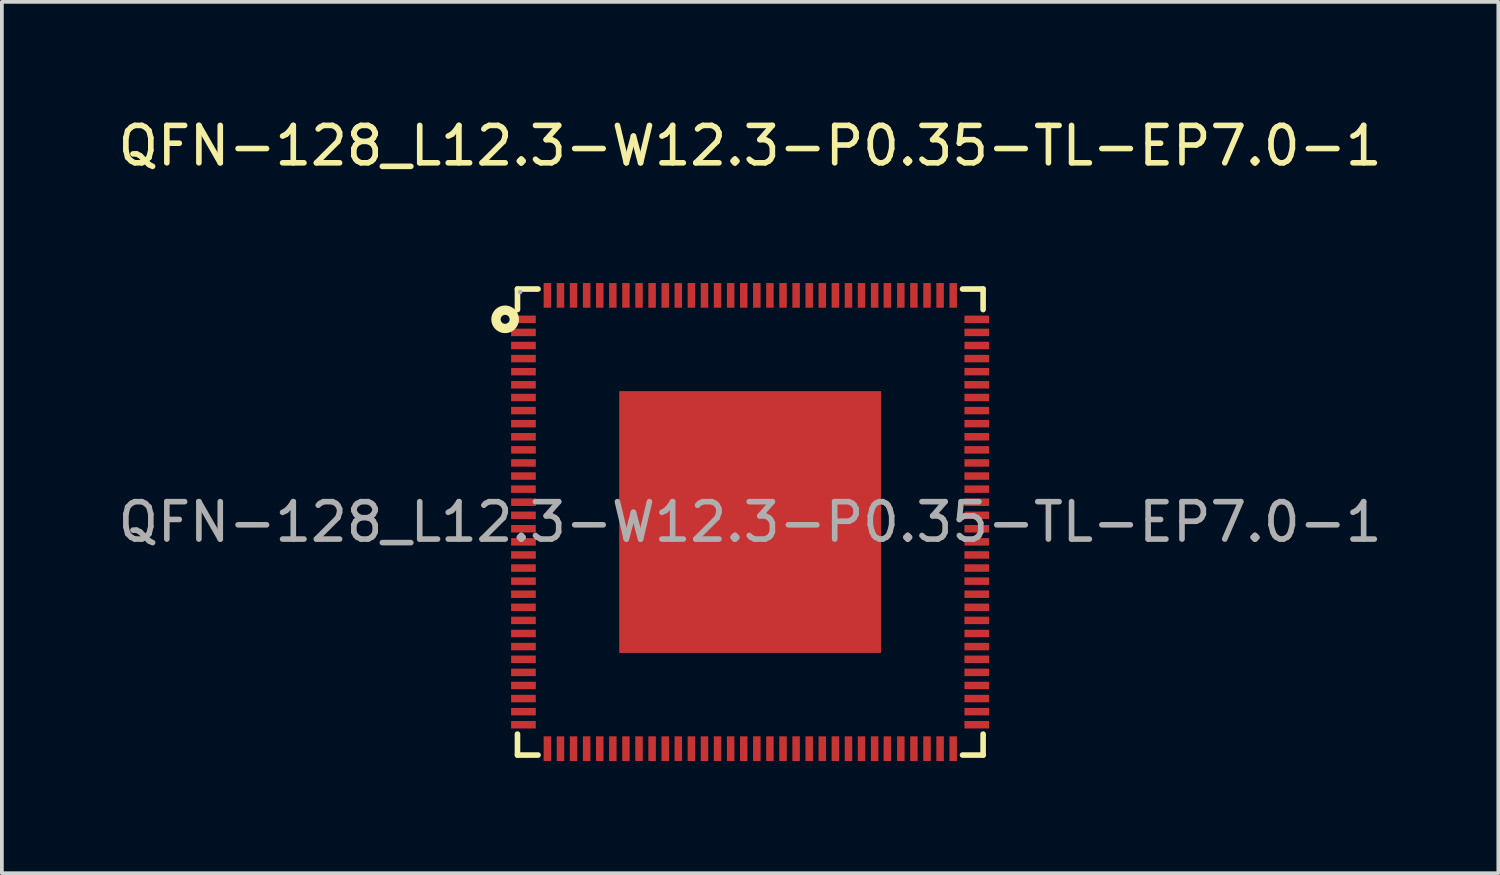
<source format=kicad_pcb>
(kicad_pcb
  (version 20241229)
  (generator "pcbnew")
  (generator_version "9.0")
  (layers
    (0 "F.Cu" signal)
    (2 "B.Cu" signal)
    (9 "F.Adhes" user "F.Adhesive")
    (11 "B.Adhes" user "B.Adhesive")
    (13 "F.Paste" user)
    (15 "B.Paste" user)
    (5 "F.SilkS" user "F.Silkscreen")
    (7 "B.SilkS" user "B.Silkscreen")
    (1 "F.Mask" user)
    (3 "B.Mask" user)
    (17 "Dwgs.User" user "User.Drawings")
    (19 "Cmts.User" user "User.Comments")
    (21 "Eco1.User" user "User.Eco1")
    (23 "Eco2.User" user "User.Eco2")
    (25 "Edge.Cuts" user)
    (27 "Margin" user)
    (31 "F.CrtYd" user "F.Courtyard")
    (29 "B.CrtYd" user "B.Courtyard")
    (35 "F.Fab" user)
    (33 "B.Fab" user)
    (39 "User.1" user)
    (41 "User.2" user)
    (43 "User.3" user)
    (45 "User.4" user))
  (footprint "QFN-128_L12.3-W12.3-P0.35-TL-EP7.0-1"
    (layer "F.Cu")
    (at 17.006 10.908)
    (property "Reference" "QFN-128_L12.3-W12.3-P0.35-TL-EP7.0-1" (at 0 -10.06 0) (layer "F.SilkS") (effects (font (size 1 1) (thickness 0.15))))
    (attr smd)
    (fp_line (start -6.22 -6.23) (end -5.67 -6.23) (stroke (width 0.15) (type solid)) (layer "F.SilkS"))
    (fp_line (start -6.22 -5.68) (end -6.22 -6.23) (stroke (width 0.15) (type solid)) (layer "F.SilkS"))
    (fp_line (start -6.22 5.67) (end -6.22 6.23) (stroke (width 0.15) (type solid)) (layer "F.SilkS"))
    (fp_line (start -6.22 6.23) (end -5.67 6.23) (stroke (width 0.15) (type solid)) (layer "F.SilkS"))
    (fp_line (start 6.23 -6.23) (end 5.68 -6.23) (stroke (width 0.15) (type solid)) (layer "F.SilkS"))
    (fp_line (start 6.23 -5.68) (end 6.23 -6.23) (stroke (width 0.15) (type solid)) (layer "F.SilkS"))
    (fp_line (start 6.23 5.67) (end 6.23 6.23) (stroke (width 0.15) (type solid)) (layer "F.SilkS"))
    (fp_line (start 6.23 6.23) (end 5.68 6.23) (stroke (width 0.15) (type solid)) (layer "F.SilkS"))
    (fp_circle (center -6.55 -5.42) (end -6.43 -5.42) (stroke (width 0.25) (type solid)) (fill no) (layer "F.SilkS"))
    (fp_circle (center -6.15 -6.15) (end -6.12 -6.15) (stroke (width 0.06) (type solid)) (fill no) (layer "F.Fab"))
    (fp_text user "${REFERENCE}" (at 0 0 0) (layer "F.Fab") (effects (font (size 1 1) (thickness 0.15))))
    (pad "1" smd rect (at -6.06 -5.42) (size 0.66 0.2) (layers "F.Cu" "F.Mask" "F.Paste"))
    (pad "2" smd rect (at -6.06 -5.07) (size 0.66 0.2) (layers "F.Cu" "F.Mask" "F.Paste"))
    (pad "3" smd rect (at -6.06 -4.72) (size 0.66 0.2) (layers "F.Cu" "F.Mask" "F.Paste"))
    (pad "4" smd rect (at -6.06 -4.37) (size 0.66 0.2) (layers "F.Cu" "F.Mask" "F.Paste"))
    (pad "5" smd rect (at -6.06 -4.02) (size 0.66 0.2) (layers "F.Cu" "F.Mask" "F.Paste"))
    (pad "6" smd rect (at -6.06 -3.67) (size 0.66 0.2) (layers "F.Cu" "F.Mask" "F.Paste"))
    (pad "7" smd rect (at -6.06 -3.33) (size 0.66 0.2) (layers "F.Cu" "F.Mask" "F.Paste"))
    (pad "8" smd rect (at -6.06 -2.98) (size 0.66 0.2) (layers "F.Cu" "F.Mask" "F.Paste"))
    (pad "9" smd rect (at -6.06 -2.63) (size 0.66 0.2) (layers "F.Cu" "F.Mask" "F.Paste"))
    (pad "10" smd rect (at -6.06 -2.28) (size 0.66 0.2) (layers "F.Cu" "F.Mask" "F.Paste"))
    (pad "11" smd rect (at -6.06 -1.93) (size 0.66 0.2) (layers "F.Cu" "F.Mask" "F.Paste"))
    (pad "12" smd rect (at -6.06 -1.58) (size 0.66 0.2) (layers "F.Cu" "F.Mask" "F.Paste"))
    (pad "13" smd rect (at -6.06 -1.23) (size 0.66 0.2) (layers "F.Cu" "F.Mask" "F.Paste"))
    (pad "14" smd rect (at -6.06 -0.88) (size 0.66 0.2) (layers "F.Cu" "F.Mask" "F.Paste"))
    (pad "15" smd rect (at -6.06 -0.53) (size 0.66 0.2) (layers "F.Cu" "F.Mask" "F.Paste"))
    (pad "16" smd rect (at -6.06 -0.18) (size 0.66 0.2) (layers "F.Cu" "F.Mask" "F.Paste"))
    (pad "17" smd rect (at -6.06 0.18) (size 0.66 0.2) (layers "F.Cu" "F.Mask" "F.Paste"))
    (pad "18" smd rect (at -6.06 0.53) (size 0.66 0.2) (layers "F.Cu" "F.Mask" "F.Paste"))
    (pad "19" smd rect (at -6.06 0.88) (size 0.66 0.2) (layers "F.Cu" "F.Mask" "F.Paste"))
    (pad "20" smd rect (at -6.06 1.23) (size 0.66 0.2) (layers "F.Cu" "F.Mask" "F.Paste"))
    (pad "21" smd rect (at -6.06 1.58) (size 0.66 0.2) (layers "F.Cu" "F.Mask" "F.Paste"))
    (pad "22" smd rect (at -6.06 1.93) (size 0.66 0.2) (layers "F.Cu" "F.Mask" "F.Paste"))
    (pad "23" smd rect (at -6.06 2.28) (size 0.66 0.2) (layers "F.Cu" "F.Mask" "F.Paste"))
    (pad "24" smd rect (at -6.06 2.63) (size 0.66 0.2) (layers "F.Cu" "F.Mask" "F.Paste"))
    (pad "25" smd rect (at -6.06 2.98) (size 0.66 0.2) (layers "F.Cu" "F.Mask" "F.Paste"))
    (pad "26" smd rect (at -6.06 3.33) (size 0.66 0.2) (layers "F.Cu" "F.Mask" "F.Paste"))
    (pad "27" smd rect (at -6.06 3.67) (size 0.66 0.2) (layers "F.Cu" "F.Mask" "F.Paste"))
    (pad "28" smd rect (at -6.06 4.02) (size 0.66 0.2) (layers "F.Cu" "F.Mask" "F.Paste"))
    (pad "29" smd rect (at -6.06 4.37) (size 0.66 0.2) (layers "F.Cu" "F.Mask" "F.Paste"))
    (pad "30" smd rect (at -6.06 4.72) (size 0.66 0.2) (layers "F.Cu" "F.Mask" "F.Paste"))
    (pad "31" smd rect (at -6.06 5.07) (size 0.66 0.2) (layers "F.Cu" "F.Mask" "F.Paste"))
    (pad "32" smd rect (at -6.06 5.42) (size 0.66 0.2) (layers "F.Cu" "F.Mask" "F.Paste"))
    (pad "33" smd rect (at -5.42 6.06) (size 0.2 0.66) (layers "F.Cu" "F.Mask" "F.Paste"))
    (pad "34" smd rect (at -5.07 6.06) (size 0.2 0.66) (layers "F.Cu" "F.Mask" "F.Paste"))
    (pad "35" smd rect (at -4.72 6.06) (size 0.2 0.66) (layers "F.Cu" "F.Mask" "F.Paste"))
    (pad "36" smd rect (at -4.37 6.06) (size 0.2 0.66) (layers "F.Cu" "F.Mask" "F.Paste"))
    (pad "37" smd rect (at -4.02 6.06) (size 0.2 0.66) (layers "F.Cu" "F.Mask" "F.Paste"))
    (pad "38" smd rect (at -3.67 6.06) (size 0.2 0.66) (layers "F.Cu" "F.Mask" "F.Paste"))
    (pad "39" smd rect (at -3.32 6.06) (size 0.2 0.66) (layers "F.Cu" "F.Mask" "F.Paste"))
    (pad "40" smd rect (at -2.97 6.06) (size 0.2 0.66) (layers "F.Cu" "F.Mask" "F.Paste"))
    (pad "41" smd rect (at -2.62 6.06) (size 0.2 0.66) (layers "F.Cu" "F.Mask" "F.Paste"))
    (pad "42" smd rect (at -2.27 6.06) (size 0.2 0.66) (layers "F.Cu" "F.Mask" "F.Paste"))
    (pad "43" smd rect (at -1.92 6.06) (size 0.2 0.66) (layers "F.Cu" "F.Mask" "F.Paste"))
    (pad "44" smd rect (at -1.57 6.06) (size 0.2 0.66) (layers "F.Cu" "F.Mask" "F.Paste"))
    (pad "45" smd rect (at -1.22 6.06) (size 0.2 0.66) (layers "F.Cu" "F.Mask" "F.Paste"))
    (pad "46" smd rect (at -0.87 6.06) (size 0.2 0.66) (layers "F.Cu" "F.Mask" "F.Paste"))
    (pad "47" smd rect (at -0.52 6.06) (size 0.2 0.66) (layers "F.Cu" "F.Mask" "F.Paste"))
    (pad "48" smd rect (at -0.17 6.06) (size 0.2 0.66) (layers "F.Cu" "F.Mask" "F.Paste"))
    (pad "49" smd rect (at 0.18 6.06) (size 0.2 0.66) (layers "F.Cu" "F.Mask" "F.Paste"))
    (pad "50" smd rect (at 0.53 6.06) (size 0.2 0.66) (layers "F.Cu" "F.Mask" "F.Paste"))
    (pad "51" smd rect (at 0.88 6.06) (size 0.2 0.66) (layers "F.Cu" "F.Mask" "F.Paste"))
    (pad "52" smd rect (at 1.23 6.06) (size 0.2 0.66) (layers "F.Cu" "F.Mask" "F.Paste"))
    (pad "53" smd rect (at 1.58 6.06) (size 0.2 0.66) (layers "F.Cu" "F.Mask" "F.Paste"))
    (pad "54" smd rect (at 1.93 6.06) (size 0.2 0.66) (layers "F.Cu" "F.Mask" "F.Paste"))
    (pad "55" smd rect (at 2.28 6.06) (size 0.2 0.66) (layers "F.Cu" "F.Mask" "F.Paste"))
    (pad "56" smd rect (at 2.63 6.06) (size 0.2 0.66) (layers "F.Cu" "F.Mask" "F.Paste"))
    (pad "57" smd rect (at 2.98 6.06) (size 0.2 0.66) (layers "F.Cu" "F.Mask" "F.Paste"))
    (pad "58" smd rect (at 3.33 6.06) (size 0.2 0.66) (layers "F.Cu" "F.Mask" "F.Paste"))
    (pad "59" smd rect (at 3.67 6.06) (size 0.2 0.66) (layers "F.Cu" "F.Mask" "F.Paste"))
    (pad "60" smd rect (at 4.03 6.06) (size 0.2 0.66) (layers "F.Cu" "F.Mask" "F.Paste"))
    (pad "61" smd rect (at 4.38 6.06) (size 0.2 0.66) (layers "F.Cu" "F.Mask" "F.Paste"))
    (pad "62" smd rect (at 4.73 6.06) (size 0.2 0.66) (layers "F.Cu" "F.Mask" "F.Paste"))
    (pad "63" smd rect (at 5.08 6.06) (size 0.2 0.66) (layers "F.Cu" "F.Mask" "F.Paste"))
    (pad "64" smd rect (at 5.43 6.06) (size 0.2 0.66) (layers "F.Cu" "F.Mask" "F.Paste"))
    (pad "65" smd rect (at 6.06 5.42) (size 0.66 0.2) (layers "F.Cu" "F.Mask" "F.Paste"))
    (pad "66" smd rect (at 6.06 5.07) (size 0.66 0.2) (layers "F.Cu" "F.Mask" "F.Paste"))
    (pad "67" smd rect (at 6.06 4.72) (size 0.66 0.2) (layers "F.Cu" "F.Mask" "F.Paste"))
    (pad "68" smd rect (at 6.06 4.37) (size 0.66 0.2) (layers "F.Cu" "F.Mask" "F.Paste"))
    (pad "69" smd rect (at 6.06 4.02) (size 0.66 0.2) (layers "F.Cu" "F.Mask" "F.Paste"))
    (pad "70" smd rect (at 6.06 3.67) (size 0.66 0.2) (layers "F.Cu" "F.Mask" "F.Paste"))
    (pad "71" smd rect (at 6.06 3.33) (size 0.66 0.2) (layers "F.Cu" "F.Mask" "F.Paste"))
    (pad "72" smd rect (at 6.06 2.98) (size 0.66 0.2) (layers "F.Cu" "F.Mask" "F.Paste"))
    (pad "73" smd rect (at 6.06 2.63) (size 0.66 0.2) (layers "F.Cu" "F.Mask" "F.Paste"))
    (pad "74" smd rect (at 6.06 2.28) (size 0.66 0.2) (layers "F.Cu" "F.Mask" "F.Paste"))
    (pad "75" smd rect (at 6.06 1.93) (size 0.66 0.2) (layers "F.Cu" "F.Mask" "F.Paste"))
    (pad "76" smd rect (at 6.06 1.58) (size 0.66 0.2) (layers "F.Cu" "F.Mask" "F.Paste"))
    (pad "77" smd rect (at 6.06 1.23) (size 0.66 0.2) (layers "F.Cu" "F.Mask" "F.Paste"))
    (pad "78" smd rect (at 6.06 0.88) (size 0.66 0.2) (layers "F.Cu" "F.Mask" "F.Paste"))
    (pad "79" smd rect (at 6.06 0.53) (size 0.66 0.2) (layers "F.Cu" "F.Mask" "F.Paste"))
    (pad "80" smd rect (at 6.06 0.18) (size 0.66 0.2) (layers "F.Cu" "F.Mask" "F.Paste"))
    (pad "81" smd rect (at 6.06 -0.18) (size 0.66 0.2) (layers "F.Cu" "F.Mask" "F.Paste"))
    (pad "82" smd rect (at 6.06 -0.53) (size 0.66 0.2) (layers "F.Cu" "F.Mask" "F.Paste"))
    (pad "83" smd rect (at 6.06 -0.88) (size 0.66 0.2) (layers "F.Cu" "F.Mask" "F.Paste"))
    (pad "84" smd rect (at 6.06 -1.23) (size 0.66 0.2) (layers "F.Cu" "F.Mask" "F.Paste"))
    (pad "85" smd rect (at 6.06 -1.58) (size 0.66 0.2) (layers "F.Cu" "F.Mask" "F.Paste"))
    (pad "86" smd rect (at 6.06 -1.93) (size 0.66 0.2) (layers "F.Cu" "F.Mask" "F.Paste"))
    (pad "87" smd rect (at 6.06 -2.28) (size 0.66 0.2) (layers "F.Cu" "F.Mask" "F.Paste"))
    (pad "88" smd rect (at 6.06 -2.63) (size 0.66 0.2) (layers "F.Cu" "F.Mask" "F.Paste"))
    (pad "89" smd rect (at 6.06 -2.98) (size 0.66 0.2) (layers "F.Cu" "F.Mask" "F.Paste"))
    (pad "90" smd rect (at 6.06 -3.33) (size 0.66 0.2) (layers "F.Cu" "F.Mask" "F.Paste"))
    (pad "91" smd rect (at 6.06 -3.67) (size 0.66 0.2) (layers "F.Cu" "F.Mask" "F.Paste"))
    (pad "92" smd rect (at 6.06 -4.02) (size 0.66 0.2) (layers "F.Cu" "F.Mask" "F.Paste"))
    (pad "93" smd rect (at 6.06 -4.37) (size 0.66 0.2) (layers "F.Cu" "F.Mask" "F.Paste"))
    (pad "94" smd rect (at 6.06 -4.72) (size 0.66 0.2) (layers "F.Cu" "F.Mask" "F.Paste"))
    (pad "95" smd rect (at 6.06 -5.07) (size 0.66 0.2) (layers "F.Cu" "F.Mask" "F.Paste"))
    (pad "96" smd rect (at 6.06 -5.42) (size 0.66 0.2) (layers "F.Cu" "F.Mask" "F.Paste"))
    (pad "97" smd rect (at 5.43 -6.06) (size 0.2 0.66) (layers "F.Cu" "F.Mask" "F.Paste"))
    (pad "98" smd rect (at 5.08 -6.06) (size 0.2 0.66) (layers "F.Cu" "F.Mask" "F.Paste"))
    (pad "99" smd rect (at 4.73 -6.06) (size 0.2 0.66) (layers "F.Cu" "F.Mask" "F.Paste"))
    (pad "100" smd rect (at 4.38 -6.06) (size 0.2 0.66) (layers "F.Cu" "F.Mask" "F.Paste"))
    (pad "101" smd rect (at 4.03 -6.06) (size 0.2 0.66) (layers "F.Cu" "F.Mask" "F.Paste"))
    (pad "102" smd rect (at 3.67 -6.06) (size 0.2 0.66) (layers "F.Cu" "F.Mask" "F.Paste"))
    (pad "103" smd rect (at 3.33 -6.06) (size 0.2 0.66) (layers "F.Cu" "F.Mask" "F.Paste"))
    (pad "104" smd rect (at 2.98 -6.06) (size 0.2 0.66) (layers "F.Cu" "F.Mask" "F.Paste"))
    (pad "105" smd rect (at 2.63 -6.06) (size 0.2 0.66) (layers "F.Cu" "F.Mask" "F.Paste"))
    (pad "106" smd rect (at 2.28 -6.06) (size 0.2 0.66) (layers "F.Cu" "F.Mask" "F.Paste"))
    (pad "107" smd rect (at 1.93 -6.06) (size 0.2 0.66) (layers "F.Cu" "F.Mask" "F.Paste"))
    (pad "108" smd rect (at 1.58 -6.06) (size 0.2 0.66) (layers "F.Cu" "F.Mask" "F.Paste"))
    (pad "109" smd rect (at 1.23 -6.06) (size 0.2 0.66) (layers "F.Cu" "F.Mask" "F.Paste"))
    (pad "110" smd rect (at 0.88 -6.06) (size 0.2 0.66) (layers "F.Cu" "F.Mask" "F.Paste"))
    (pad "111" smd rect (at 0.53 -6.06) (size 0.2 0.66) (layers "F.Cu" "F.Mask" "F.Paste"))
    (pad "112" smd rect (at 0.18 -6.06) (size 0.2 0.66) (layers "F.Cu" "F.Mask" "F.Paste"))
    (pad "113" smd rect (at -0.17 -6.06) (size 0.2 0.66) (layers "F.Cu" "F.Mask" "F.Paste"))
    (pad "114" smd rect (at -0.52 -6.06) (size 0.2 0.66) (layers "F.Cu" "F.Mask" "F.Paste"))
    (pad "115" smd rect (at -0.87 -6.06) (size 0.2 0.66) (layers "F.Cu" "F.Mask" "F.Paste"))
    (pad "116" smd rect (at -1.22 -6.06) (size 0.2 0.66) (layers "F.Cu" "F.Mask" "F.Paste"))
    (pad "117" smd rect (at -1.57 -6.06) (size 0.2 0.66) (layers "F.Cu" "F.Mask" "F.Paste"))
    (pad "118" smd rect (at -1.92 -6.06) (size 0.2 0.66) (layers "F.Cu" "F.Mask" "F.Paste"))
    (pad "119" smd rect (at -2.27 -6.06) (size 0.2 0.66) (layers "F.Cu" "F.Mask" "F.Paste"))
    (pad "120" smd rect (at -2.62 -6.06) (size 0.2 0.66) (layers "F.Cu" "F.Mask" "F.Paste"))
    (pad "121" smd rect (at -2.97 -6.06) (size 0.2 0.66) (layers "F.Cu" "F.Mask" "F.Paste"))
    (pad "122" smd rect (at -3.32 -6.06) (size 0.2 0.66) (layers "F.Cu" "F.Mask" "F.Paste"))
    (pad "123" smd rect (at -3.67 -6.06) (size 0.2 0.66) (layers "F.Cu" "F.Mask" "F.Paste"))
    (pad "124" smd rect (at -4.02 -6.06) (size 0.2 0.66) (layers "F.Cu" "F.Mask" "F.Paste"))
    (pad "125" smd rect (at -4.37 -6.06) (size 0.2 0.66) (layers "F.Cu" "F.Mask" "F.Paste"))
    (pad "126" smd rect (at -4.72 -6.06) (size 0.2 0.66) (layers "F.Cu" "F.Mask" "F.Paste"))
    (pad "127" smd rect (at -5.07 -6.06) (size 0.2 0.66) (layers "F.Cu" "F.Mask" "F.Paste"))
    (pad "128" smd rect (at -5.42 -6.06) (size 0.2 0.66) (layers "F.Cu" "F.Mask" "F.Paste"))
    (pad "129" smd rect (at 0 0) (size 7 7) (layers "F.Cu" "F.Mask" "F.Paste")))
  (gr_rect
    (start -3 -3)
    (end 37.012 20.298)
    (stroke (width 0.1) (type default))
    (fill no)
    (layer "Edge.Cuts")))
</source>
